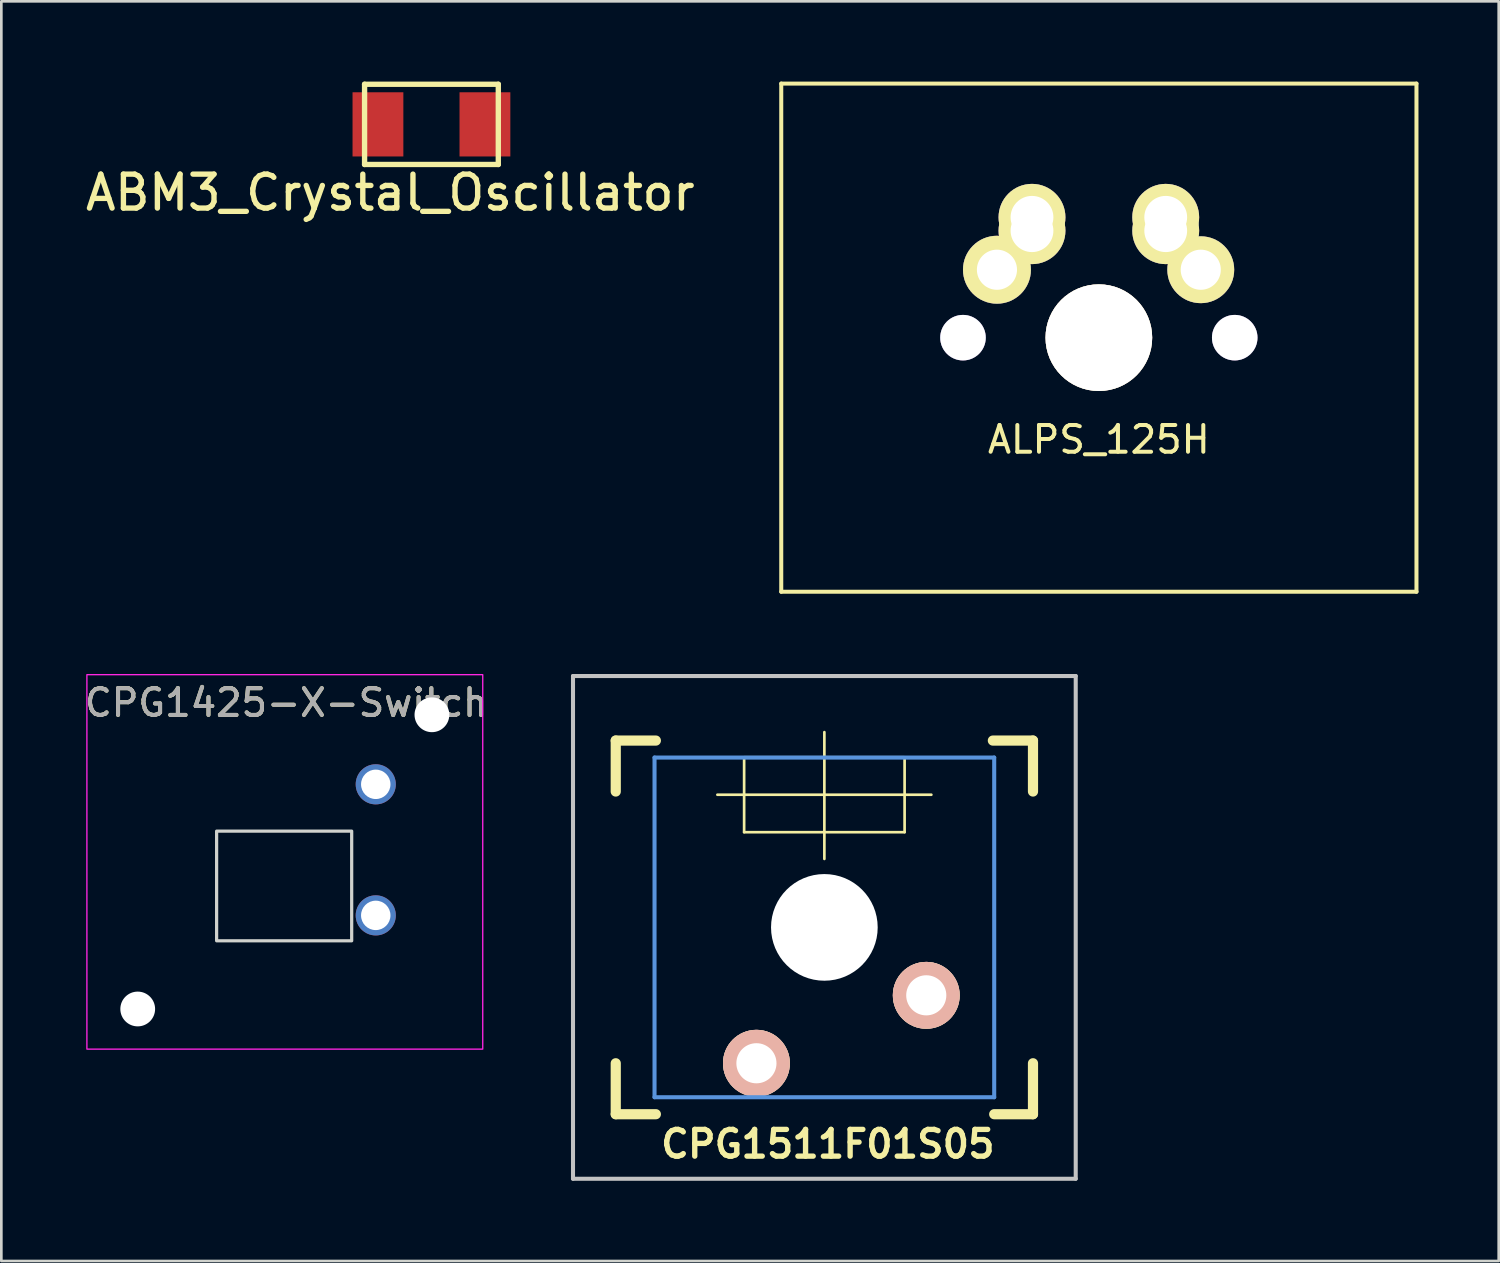
<source format=kicad_pcb>
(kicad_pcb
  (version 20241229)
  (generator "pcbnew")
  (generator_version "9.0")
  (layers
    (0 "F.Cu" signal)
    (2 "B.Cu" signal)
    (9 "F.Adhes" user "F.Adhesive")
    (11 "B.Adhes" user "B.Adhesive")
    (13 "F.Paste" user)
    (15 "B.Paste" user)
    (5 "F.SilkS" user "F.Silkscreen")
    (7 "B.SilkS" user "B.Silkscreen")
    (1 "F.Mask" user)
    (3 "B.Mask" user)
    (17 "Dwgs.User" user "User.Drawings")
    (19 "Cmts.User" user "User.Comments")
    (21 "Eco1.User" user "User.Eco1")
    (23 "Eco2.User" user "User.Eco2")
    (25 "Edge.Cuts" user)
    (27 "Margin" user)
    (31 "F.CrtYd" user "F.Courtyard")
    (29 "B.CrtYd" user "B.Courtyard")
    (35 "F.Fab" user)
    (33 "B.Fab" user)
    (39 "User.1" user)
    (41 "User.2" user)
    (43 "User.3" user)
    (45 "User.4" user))
  (footprint "ABM3_Crystal_Oscillator"
    (layer "F.Cu")
    (at 13.081 1.6)
    (property "Reference" "ABM3_Crystal_Oscillator" (at -1.538 2.553 0) (layer "F.SilkS") (effects (font (size 1.27 1.27) (thickness 0.2))))
    (attr smd)
    (fp_line (start -2.5 -1.5) (end 2.5 -1.5) (stroke (width 0.2) (type solid)) (layer "F.SilkS"))
    (fp_line (start -2.5 1.5) (end -2.5 -1.5) (stroke (width 0.2) (type solid)) (layer "F.SilkS"))
    (fp_line (start 2.5 -1.5) (end 2.5 1.5) (stroke (width 0.2) (type solid)) (layer "F.SilkS"))
    (fp_line (start 2.5 1.5) (end -2.5 1.5) (stroke (width 0.2) (type solid)) (layer "F.SilkS"))
    (pad "1" smd rect (at -2 0) (size 1.9 2.4) (layers "F.Cu" "F.Mask" "F.Paste"))
    (pad "2" smd rect (at 2 0) (size 1.9 2.4) (layers "F.Cu" "F.Mask" "F.Paste")))
  (footprint "CPG1425-X-Switch"
    (layer "F.Cu")
    (at 7.599 29.175)
    (property "Reference" "CPG1425-X-Switch" (at 0.05 -5.95 0) (unlocked yes) (layer "F.SilkS") (effects (font (size 1 1) (thickness 0.15))))
    (attr through_hole)
    (fp_circle (center 0 0) (end 0.05 0.05) (stroke (width 0.12) (type solid)) (fill no) (layer "Eco1.User"))
    (fp_rect (start -2.55 -1.15) (end 2.5 2.95) (stroke (width 0.12) (type solid)) (fill no) (layer "Edge.Cuts"))
    (fp_rect (start -7.4 -7) (end 7.4 7) (stroke (width 0.05) (type solid)) (fill no) (layer "F.CrtYd"))
    (fp_text user "${REFERENCE}" (at 0.05 -5.95 0) (unlocked yes) (layer "F.Fab") (effects (font (size 1 1) (thickness 0.15))))
    (pad "" np_thru_hole circle (at -5.5 5.5) (size 1.3 1.3) (drill 1.3) (layers "*.Cu" "*.Mask"))
    (pad "" np_thru_hole circle (at 5.5 -5.5) (size 1.3 1.3) (drill 1.3) (layers "*.Cu" "*.Mask"))
    (pad "1" thru_hole circle (at 3.4 2) (size 1.5 1.5) (drill 1.1) (layers "*.Cu" "*.Mask"))
    (pad "2" thru_hole circle (at 3.4 -2.9) (size 1.5 1.5) (drill 1.1) (layers "*.Cu" "*.Mask")))
  (footprint "ALPS_125H"
    (layer "F.Cu")
    (at 38.035 9.575)
    (property "Reference" "ALPS_125H" (at 0 3.81 0) (layer "F.SilkS") (effects (font (size 1 1) (thickness 0.15))))
    (attr through_hole)
    (fp_line (start -11.875 9.5) (end -11.875 -9.5) (stroke (width 0.15) (type solid)) (layer "F.SilkS"))
    (fp_line (start -11.875 9.5) (end 11.875 9.5) (stroke (width 0.15) (type solid)) (layer "F.SilkS"))
    (fp_line (start 11.875 -9.5) (end -11.875 -9.5) (stroke (width 0.15) (type solid)) (layer "F.SilkS"))
    (fp_line (start 11.875 -9.5) (end 11.875 9.5) (stroke (width 0.15) (type solid)) (layer "F.SilkS"))
    (fp_line (start -7.75 -6.4) (end 7.75 -6.4) (stroke (width 0.15) (type solid)) (layer "Eco1.User"))
    (fp_line (start -7.75 6.4) (end -7.75 -6.4) (stroke (width 0.15) (type solid)) (layer "Eco1.User"))
    (fp_line (start 7.75 -6.4) (end 7.75 6.4) (stroke (width 0.15) (type solid)) (layer "Eco1.User"))
    (fp_line (start 7.75 6.4) (end -7.75 6.4) (stroke (width 0.15) (type solid)) (layer "Eco1.User"))
    (pad "0" thru_hole circle (at -5.08 0) (size 1.702 1.702) (drill 1.702) (layers "*.Cu"))
    (pad "0" thru_hole circle (at 0 0) (size 3.988 3.988) (drill 3.987) (layers "*.Cu" "*.Mask" "F.SilkS"))
    (pad "0" thru_hole circle (at 5.08 0) (size 1.702 1.702) (drill 1.702) (layers "*.Cu"))
    (pad "1" thru_hole circle (at 2.5 -4.5) (size 2.5 2.5) (drill 1.6) (layers "*.Cu" "*.Mask" "F.SilkS"))
    (pad "1" thru_hole circle (at 2.5 -4) (size 2.5 2.5) (drill 1.6) (layers "*.Cu" "*.Mask" "F.SilkS"))
    (pad "1" thru_hole circle (at 3.81 -2.54) (size 2.5 2.5) (drill 1.5) (layers "*.Cu" "*.Mask" "F.SilkS"))
    (pad "2" thru_hole circle (at -3.81 -2.54) (size 2.54 2.54) (drill 1.5) (layers "*.Cu" "*.Mask" "F.SilkS"))
    (pad "2" thru_hole circle (at -2.5 -4.5) (size 2.5 2.5) (drill 1.6) (layers "*.Cu" "*.Mask" "F.SilkS"))
    (pad "2" thru_hole circle (at -2.5 -4) (size 2.5 2.5) (drill 1.6) (layers "*.Cu" "*.Mask" "F.SilkS")))
  (footprint "CPG1511F01S05"
    (layer "F.Cu")
    (at 27.772 31.624)
    (property "Reference" "CPG1511F01S05" (at 0.13 8.1 180) (layer "F.SilkS") (effects (font (size 1 1) (thickness 0.2))))
    (attr through_hole)
    (fp_line (start -7.8 -6.985) (end -6.3 -6.985) (stroke (width 0.381) (type solid)) (layer "F.SilkS"))
    (fp_line (start -7.8 -5.08) (end -7.8 -6.985) (stroke (width 0.381) (type solid)) (layer "F.SilkS"))
    (fp_line (start -7.8 6.985) (end -7.8 5.08) (stroke (width 0.381) (type solid)) (layer "F.SilkS"))
    (fp_line (start -6.3 6.985) (end -7.8 6.985) (stroke (width 0.381) (type solid)) (layer "F.SilkS"))
    (fp_line (start -3 -6.36) (end 3 -6.36) (stroke (width 0.1) (type solid)) (layer "F.SilkS"))
    (fp_line (start -3 -3.56) (end -3 -6.36) (stroke (width 0.1) (type solid)) (layer "F.SilkS"))
    (fp_line (start 0 -2.56) (end 0 -7.3) (stroke (width 0.1) (type solid)) (layer "F.SilkS"))
    (fp_line (start 3 -3.56) (end -3 -3.56) (stroke (width 0.1) (type solid)) (layer "F.SilkS"))
    (fp_line (start 3 -3.56) (end 3 -6.36) (stroke (width 0.1) (type solid)) (layer "F.SilkS"))
    (fp_line (start 4 -4.96) (end -4 -4.96) (stroke (width 0.1) (type solid)) (layer "F.SilkS"))
    (fp_line (start 6.3 -6.985) (end 7.8 -6.985) (stroke (width 0.381) (type solid)) (layer "F.SilkS"))
    (fp_line (start 7.8 -6.985) (end 7.8 -5.08) (stroke (width 0.381) (type solid)) (layer "F.SilkS"))
    (fp_line (start 7.8 5.08) (end 7.8 6.985) (stroke (width 0.381) (type solid)) (layer "F.SilkS"))
    (fp_line (start 7.8 6.985) (end 6.35 6.985) (stroke (width 0.381) (type solid)) (layer "F.SilkS"))
    (fp_line (start -9.398 -9.398) (end 9.398 -9.398) (stroke (width 0.152) (type solid)) (layer "Dwgs.User"))
    (fp_line (start -9.398 9.398) (end -9.398 -9.398) (stroke (width 0.152) (type solid)) (layer "Dwgs.User"))
    (fp_line (start 9.398 -9.398) (end 9.398 9.398) (stroke (width 0.152) (type solid)) (layer "Dwgs.User"))
    (fp_line (start 9.398 9.398) (end -9.398 9.398) (stroke (width 0.152) (type solid)) (layer "Dwgs.User"))
    (fp_line (start -6.35 -6.35) (end 6.35 -6.35) (stroke (width 0.152) (type solid)) (layer "Cmts.User"))
    (fp_line (start -6.35 6.35) (end -6.35 -6.35) (stroke (width 0.152) (type solid)) (layer "Cmts.User"))
    (fp_line (start 6.35 -6.35) (end 6.35 6.35) (stroke (width 0.152) (type solid)) (layer "Cmts.User"))
    (fp_line (start 6.35 6.35) (end -6.35 6.35) (stroke (width 0.152) (type solid)) (layer "Cmts.User"))
    (fp_line (start -7.8 -6.985) (end 7.8 -6.985) (stroke (width 0.152) (type solid)) (layer "Eco2.User"))
    (fp_line (start -7.8 6.985) (end -7.8 -6.985) (stroke (width 0.152) (type solid)) (layer "Eco2.User"))
    (fp_line (start 7.8 -6.985) (end 7.8 6.985) (stroke (width 0.152) (type solid)) (layer "Eco2.User"))
    (fp_line (start 7.8 6.985) (end -7.8 6.985) (stroke (width 0.152) (type solid)) (layer "Eco2.User"))
    (pad "" np_thru_hole circle (at 0 0 180) (size 3.988 3.988) (drill 3.988) (layers "*.Cu" "*.Mask"))
    (pad "1" thru_hole circle (at 3.81 2.54 180) (size 2.5 2.5) (drill 1.5) (layers "*.Cu" "*.SilkS" "*.Mask"))
    (pad "2" thru_hole circle (at -2.54 5.08 180) (size 2.5 2.5) (drill 1.5) (layers "*.Cu" "*.SilkS" "*.Mask")))
  (gr_rect
    (start -3 -3)
    (end 52.985 44.098)
    (stroke (width 0.1) (type default))
    (fill no)
    (layer "Edge.Cuts")))
</source>
